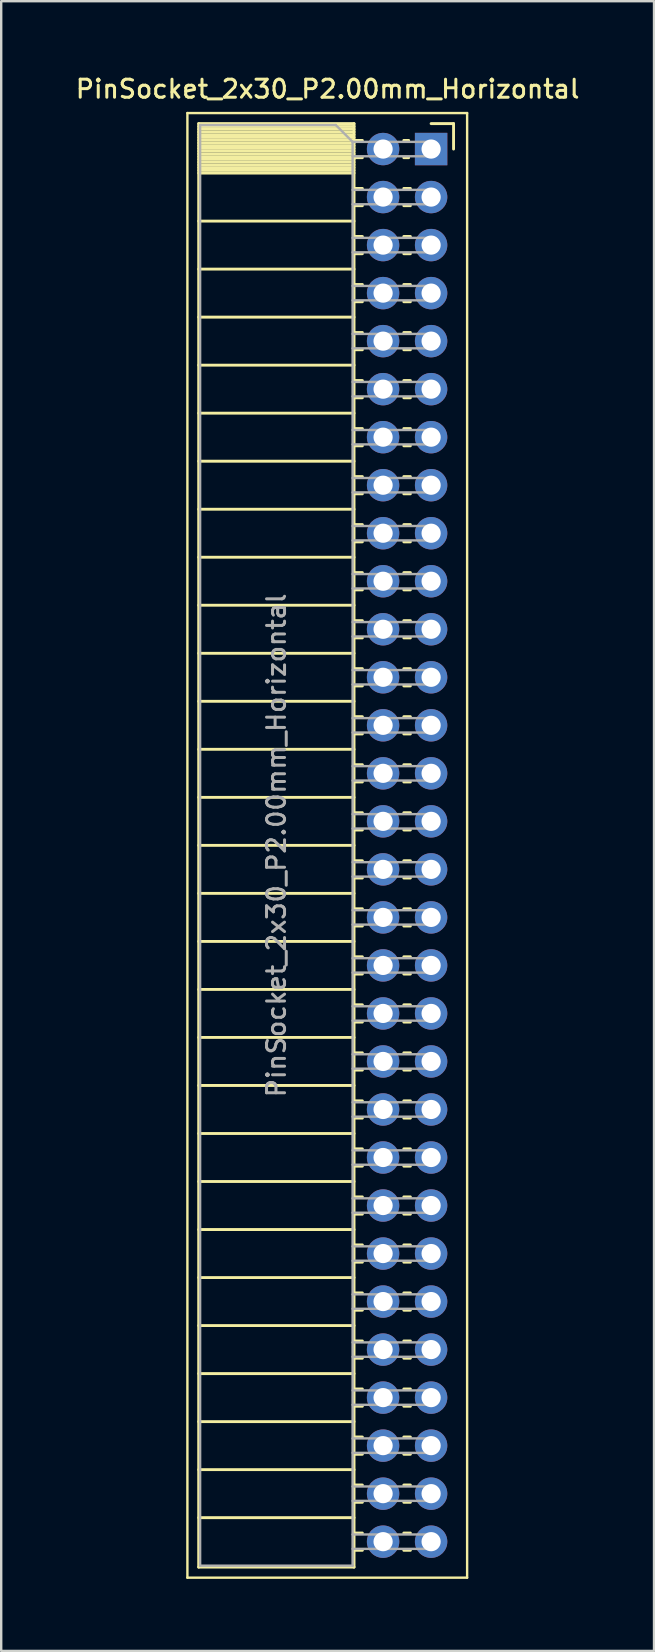
<source format=kicad_pcb>
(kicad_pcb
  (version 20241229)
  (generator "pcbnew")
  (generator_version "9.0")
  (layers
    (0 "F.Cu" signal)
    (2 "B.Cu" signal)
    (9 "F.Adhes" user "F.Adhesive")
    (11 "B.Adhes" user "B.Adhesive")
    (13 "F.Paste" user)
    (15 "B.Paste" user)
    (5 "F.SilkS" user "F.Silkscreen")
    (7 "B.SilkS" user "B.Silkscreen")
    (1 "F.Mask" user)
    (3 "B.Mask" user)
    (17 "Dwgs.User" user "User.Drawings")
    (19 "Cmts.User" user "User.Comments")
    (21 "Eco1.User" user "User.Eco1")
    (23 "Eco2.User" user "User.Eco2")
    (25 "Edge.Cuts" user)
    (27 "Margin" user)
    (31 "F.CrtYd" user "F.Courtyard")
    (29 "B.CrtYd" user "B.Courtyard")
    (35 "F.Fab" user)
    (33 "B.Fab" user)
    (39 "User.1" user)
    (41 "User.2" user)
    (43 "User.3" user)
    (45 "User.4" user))
  (footprint "PinSocket_2x30_P2.00mm_Horizontal"
    (layer "F.Cu")
    (at 14.905 3.158)
    (property "Reference" "PinSocket_2x30_P2.00mm_Horizontal" (at -4.31 -2.5 0) (layer "F.SilkS") (effects (font (size 0.75 0.75) (thickness 0.125))))
    (attr through_hole)
    (fp_line (start -10.15 -1.5) (end -10.15 59.5) (stroke (width 0.1) (type solid)) (layer "F.SilkS"))
    (fp_line (start -10.15 59.5) (end 1.5 59.5) (stroke (width 0.1) (type solid)) (layer "F.SilkS"))
    (fp_line (start -9.68 -1.06) (end -9.68 59.06) (stroke (width 0.12) (type solid)) (layer "F.SilkS"))
    (fp_line (start -9.68 -1.06) (end -3.21 -1.06) (stroke (width 0.12) (type solid)) (layer "F.SilkS"))
    (fp_line (start -9.68 -0.94) (end -3.21 -0.94) (stroke (width 0.12) (type solid)) (layer "F.SilkS"))
    (fp_line (start -9.68 -0.826) (end -3.21 -0.826) (stroke (width 0.12) (type solid)) (layer "F.SilkS"))
    (fp_line (start -9.68 -0.712) (end -3.21 -0.712) (stroke (width 0.12) (type solid)) (layer "F.SilkS"))
    (fp_line (start -9.68 -0.598) (end -3.21 -0.598) (stroke (width 0.12) (type solid)) (layer "F.SilkS"))
    (fp_line (start -9.68 -0.484) (end -3.21 -0.484) (stroke (width 0.12) (type solid)) (layer "F.SilkS"))
    (fp_line (start -9.68 -0.369) (end -3.21 -0.369) (stroke (width 0.12) (type solid)) (layer "F.SilkS"))
    (fp_line (start -9.68 -0.255) (end -3.21 -0.255) (stroke (width 0.12) (type solid)) (layer "F.SilkS"))
    (fp_line (start -9.68 -0.141) (end -3.21 -0.141) (stroke (width 0.12) (type solid)) (layer "F.SilkS"))
    (fp_line (start -9.68 -0.027) (end -3.21 -0.027) (stroke (width 0.12) (type solid)) (layer "F.SilkS"))
    (fp_line (start -9.68 0.087) (end -3.21 0.087) (stroke (width 0.12) (type solid)) (layer "F.SilkS"))
    (fp_line (start -9.68 0.201) (end -3.21 0.201) (stroke (width 0.12) (type solid)) (layer "F.SilkS"))
    (fp_line (start -9.68 0.315) (end -3.21 0.315) (stroke (width 0.12) (type solid)) (layer "F.SilkS"))
    (fp_line (start -9.68 0.429) (end -3.21 0.429) (stroke (width 0.12) (type solid)) (layer "F.SilkS"))
    (fp_line (start -9.68 0.544) (end -3.21 0.544) (stroke (width 0.12) (type solid)) (layer "F.SilkS"))
    (fp_line (start -9.68 0.658) (end -3.21 0.658) (stroke (width 0.12) (type solid)) (layer "F.SilkS"))
    (fp_line (start -9.68 0.772) (end -3.21 0.772) (stroke (width 0.12) (type solid)) (layer "F.SilkS"))
    (fp_line (start -9.68 0.886) (end -3.21 0.886) (stroke (width 0.12) (type solid)) (layer "F.SilkS"))
    (fp_line (start -9.68 1) (end -3.21 1) (stroke (width 0.12) (type solid)) (layer "F.SilkS"))
    (fp_line (start -9.68 3) (end -3.21 3) (stroke (width 0.12) (type solid)) (layer "F.SilkS"))
    (fp_line (start -9.68 5) (end -3.21 5) (stroke (width 0.12) (type solid)) (layer "F.SilkS"))
    (fp_line (start -9.68 7) (end -3.21 7) (stroke (width 0.12) (type solid)) (layer "F.SilkS"))
    (fp_line (start -9.68 9) (end -3.21 9) (stroke (width 0.12) (type solid)) (layer "F.SilkS"))
    (fp_line (start -9.68 11) (end -3.21 11) (stroke (width 0.12) (type solid)) (layer "F.SilkS"))
    (fp_line (start -9.68 13) (end -3.21 13) (stroke (width 0.12) (type solid)) (layer "F.SilkS"))
    (fp_line (start -9.68 15) (end -3.21 15) (stroke (width 0.12) (type solid)) (layer "F.SilkS"))
    (fp_line (start -9.68 17) (end -3.21 17) (stroke (width 0.12) (type solid)) (layer "F.SilkS"))
    (fp_line (start -9.68 19) (end -3.21 19) (stroke (width 0.12) (type solid)) (layer "F.SilkS"))
    (fp_line (start -9.68 21) (end -3.21 21) (stroke (width 0.12) (type solid)) (layer "F.SilkS"))
    (fp_line (start -9.68 23) (end -3.21 23) (stroke (width 0.12) (type solid)) (layer "F.SilkS"))
    (fp_line (start -9.68 25) (end -3.21 25) (stroke (width 0.12) (type solid)) (layer "F.SilkS"))
    (fp_line (start -9.68 27) (end -3.21 27) (stroke (width 0.12) (type solid)) (layer "F.SilkS"))
    (fp_line (start -9.68 29) (end -3.21 29) (stroke (width 0.12) (type solid)) (layer "F.SilkS"))
    (fp_line (start -9.68 31) (end -3.21 31) (stroke (width 0.12) (type solid)) (layer "F.SilkS"))
    (fp_line (start -9.68 33) (end -3.21 33) (stroke (width 0.12) (type solid)) (layer "F.SilkS"))
    (fp_line (start -9.68 35) (end -3.21 35) (stroke (width 0.12) (type solid)) (layer "F.SilkS"))
    (fp_line (start -9.68 37) (end -3.21 37) (stroke (width 0.12) (type solid)) (layer "F.SilkS"))
    (fp_line (start -9.68 39) (end -3.21 39) (stroke (width 0.12) (type solid)) (layer "F.SilkS"))
    (fp_line (start -9.68 41) (end -3.21 41) (stroke (width 0.12) (type solid)) (layer "F.SilkS"))
    (fp_line (start -9.68 43) (end -3.21 43) (stroke (width 0.12) (type solid)) (layer "F.SilkS"))
    (fp_line (start -9.68 45) (end -3.21 45) (stroke (width 0.12) (type solid)) (layer "F.SilkS"))
    (fp_line (start -9.68 47) (end -3.21 47) (stroke (width 0.12) (type solid)) (layer "F.SilkS"))
    (fp_line (start -9.68 49) (end -3.21 49) (stroke (width 0.12) (type solid)) (layer "F.SilkS"))
    (fp_line (start -9.68 51) (end -3.21 51) (stroke (width 0.12) (type solid)) (layer "F.SilkS"))
    (fp_line (start -9.68 53) (end -3.21 53) (stroke (width 0.12) (type solid)) (layer "F.SilkS"))
    (fp_line (start -9.68 55) (end -3.21 55) (stroke (width 0.12) (type solid)) (layer "F.SilkS"))
    (fp_line (start -9.68 57) (end -3.21 57) (stroke (width 0.12) (type solid)) (layer "F.SilkS"))
    (fp_line (start -9.68 59.06) (end -3.21 59.06) (stroke (width 0.12) (type solid)) (layer "F.SilkS"))
    (fp_line (start -3.21 -1.06) (end -3.21 59.06) (stroke (width 0.12) (type solid)) (layer "F.SilkS"))
    (fp_line (start -3.21 -0.36) (end -2.863 -0.36) (stroke (width 0.12) (type solid)) (layer "F.SilkS"))
    (fp_line (start -3.21 0.36) (end -2.863 0.36) (stroke (width 0.12) (type solid)) (layer "F.SilkS"))
    (fp_line (start -3.21 1.64) (end -2.863 1.64) (stroke (width 0.12) (type solid)) (layer "F.SilkS"))
    (fp_line (start -3.21 2.36) (end -2.863 2.36) (stroke (width 0.12) (type solid)) (layer "F.SilkS"))
    (fp_line (start -3.21 3.64) (end -2.863 3.64) (stroke (width 0.12) (type solid)) (layer "F.SilkS"))
    (fp_line (start -3.21 4.36) (end -2.863 4.36) (stroke (width 0.12) (type solid)) (layer "F.SilkS"))
    (fp_line (start -3.21 5.64) (end -2.863 5.64) (stroke (width 0.12) (type solid)) (layer "F.SilkS"))
    (fp_line (start -3.21 6.36) (end -2.863 6.36) (stroke (width 0.12) (type solid)) (layer "F.SilkS"))
    (fp_line (start -3.21 7.64) (end -2.863 7.64) (stroke (width 0.12) (type solid)) (layer "F.SilkS"))
    (fp_line (start -3.21 8.36) (end -2.863 8.36) (stroke (width 0.12) (type solid)) (layer "F.SilkS"))
    (fp_line (start -3.21 9.64) (end -2.863 9.64) (stroke (width 0.12) (type solid)) (layer "F.SilkS"))
    (fp_line (start -3.21 10.36) (end -2.863 10.36) (stroke (width 0.12) (type solid)) (layer "F.SilkS"))
    (fp_line (start -3.21 11.64) (end -2.863 11.64) (stroke (width 0.12) (type solid)) (layer "F.SilkS"))
    (fp_line (start -3.21 12.36) (end -2.863 12.36) (stroke (width 0.12) (type solid)) (layer "F.SilkS"))
    (fp_line (start -3.21 13.64) (end -2.863 13.64) (stroke (width 0.12) (type solid)) (layer "F.SilkS"))
    (fp_line (start -3.21 14.36) (end -2.863 14.36) (stroke (width 0.12) (type solid)) (layer "F.SilkS"))
    (fp_line (start -3.21 15.64) (end -2.863 15.64) (stroke (width 0.12) (type solid)) (layer "F.SilkS"))
    (fp_line (start -3.21 16.36) (end -2.863 16.36) (stroke (width 0.12) (type solid)) (layer "F.SilkS"))
    (fp_line (start -3.21 17.64) (end -2.863 17.64) (stroke (width 0.12) (type solid)) (layer "F.SilkS"))
    (fp_line (start -3.21 18.36) (end -2.863 18.36) (stroke (width 0.12) (type solid)) (layer "F.SilkS"))
    (fp_line (start -3.21 19.64) (end -2.863 19.64) (stroke (width 0.12) (type solid)) (layer "F.SilkS"))
    (fp_line (start -3.21 20.36) (end -2.863 20.36) (stroke (width 0.12) (type solid)) (layer "F.SilkS"))
    (fp_line (start -3.21 21.64) (end -2.863 21.64) (stroke (width 0.12) (type solid)) (layer "F.SilkS"))
    (fp_line (start -3.21 22.36) (end -2.863 22.36) (stroke (width 0.12) (type solid)) (layer "F.SilkS"))
    (fp_line (start -3.21 23.64) (end -2.863 23.64) (stroke (width 0.12) (type solid)) (layer "F.SilkS"))
    (fp_line (start -3.21 24.36) (end -2.863 24.36) (stroke (width 0.12) (type solid)) (layer "F.SilkS"))
    (fp_line (start -3.21 25.64) (end -2.863 25.64) (stroke (width 0.12) (type solid)) (layer "F.SilkS"))
    (fp_line (start -3.21 26.36) (end -2.863 26.36) (stroke (width 0.12) (type solid)) (layer "F.SilkS"))
    (fp_line (start -3.21 27.64) (end -2.863 27.64) (stroke (width 0.12) (type solid)) (layer "F.SilkS"))
    (fp_line (start -3.21 28.36) (end -2.863 28.36) (stroke (width 0.12) (type solid)) (layer "F.SilkS"))
    (fp_line (start -3.21 29.64) (end -2.863 29.64) (stroke (width 0.12) (type solid)) (layer "F.SilkS"))
    (fp_line (start -3.21 30.36) (end -2.863 30.36) (stroke (width 0.12) (type solid)) (layer "F.SilkS"))
    (fp_line (start -3.21 31.64) (end -2.863 31.64) (stroke (width 0.12) (type solid)) (layer "F.SilkS"))
    (fp_line (start -3.21 32.36) (end -2.863 32.36) (stroke (width 0.12) (type solid)) (layer "F.SilkS"))
    (fp_line (start -3.21 33.64) (end -2.863 33.64) (stroke (width 0.12) (type solid)) (layer "F.SilkS"))
    (fp_line (start -3.21 34.36) (end -2.863 34.36) (stroke (width 0.12) (type solid)) (layer "F.SilkS"))
    (fp_line (start -3.21 35.64) (end -2.863 35.64) (stroke (width 0.12) (type solid)) (layer "F.SilkS"))
    (fp_line (start -3.21 36.36) (end -2.863 36.36) (stroke (width 0.12) (type solid)) (layer "F.SilkS"))
    (fp_line (start -3.21 37.64) (end -2.863 37.64) (stroke (width 0.12) (type solid)) (layer "F.SilkS"))
    (fp_line (start -3.21 38.36) (end -2.863 38.36) (stroke (width 0.12) (type solid)) (layer "F.SilkS"))
    (fp_line (start -3.21 39.64) (end -2.863 39.64) (stroke (width 0.12) (type solid)) (layer "F.SilkS"))
    (fp_line (start -3.21 40.36) (end -2.863 40.36) (stroke (width 0.12) (type solid)) (layer "F.SilkS"))
    (fp_line (start -3.21 41.64) (end -2.863 41.64) (stroke (width 0.12) (type solid)) (layer "F.SilkS"))
    (fp_line (start -3.21 42.36) (end -2.863 42.36) (stroke (width 0.12) (type solid)) (layer "F.SilkS"))
    (fp_line (start -3.21 43.64) (end -2.863 43.64) (stroke (width 0.12) (type solid)) (layer "F.SilkS"))
    (fp_line (start -3.21 44.36) (end -2.863 44.36) (stroke (width 0.12) (type solid)) (layer "F.SilkS"))
    (fp_line (start -3.21 45.64) (end -2.863 45.64) (stroke (width 0.12) (type solid)) (layer "F.SilkS"))
    (fp_line (start -3.21 46.36) (end -2.863 46.36) (stroke (width 0.12) (type solid)) (layer "F.SilkS"))
    (fp_line (start -3.21 47.64) (end -2.863 47.64) (stroke (width 0.12) (type solid)) (layer "F.SilkS"))
    (fp_line (start -3.21 48.36) (end -2.863 48.36) (stroke (width 0.12) (type solid)) (layer "F.SilkS"))
    (fp_line (start -3.21 49.64) (end -2.863 49.64) (stroke (width 0.12) (type solid)) (layer "F.SilkS"))
    (fp_line (start -3.21 50.36) (end -2.863 50.36) (stroke (width 0.12) (type solid)) (layer "F.SilkS"))
    (fp_line (start -3.21 51.64) (end -2.863 51.64) (stroke (width 0.12) (type solid)) (layer "F.SilkS"))
    (fp_line (start -3.21 52.36) (end -2.863 52.36) (stroke (width 0.12) (type solid)) (layer "F.SilkS"))
    (fp_line (start -3.21 53.64) (end -2.863 53.64) (stroke (width 0.12) (type solid)) (layer "F.SilkS"))
    (fp_line (start -3.21 54.36) (end -2.863 54.36) (stroke (width 0.12) (type solid)) (layer "F.SilkS"))
    (fp_line (start -3.21 55.64) (end -2.863 55.64) (stroke (width 0.12) (type solid)) (layer "F.SilkS"))
    (fp_line (start -3.21 56.36) (end -2.863 56.36) (stroke (width 0.12) (type solid)) (layer "F.SilkS"))
    (fp_line (start -3.21 57.64) (end -2.863 57.64) (stroke (width 0.12) (type solid)) (layer "F.SilkS"))
    (fp_line (start -3.21 58.36) (end -2.863 58.36) (stroke (width 0.12) (type solid)) (layer "F.SilkS"))
    (fp_line (start -1.137 -0.36) (end -0.935 -0.36) (stroke (width 0.12) (type solid)) (layer "F.SilkS"))
    (fp_line (start -1.137 0.36) (end -0.935 0.36) (stroke (width 0.12) (type solid)) (layer "F.SilkS"))
    (fp_line (start -1.137 1.64) (end -0.863 1.64) (stroke (width 0.12) (type solid)) (layer "F.SilkS"))
    (fp_line (start -1.137 2.36) (end -0.863 2.36) (stroke (width 0.12) (type solid)) (layer "F.SilkS"))
    (fp_line (start -1.137 3.64) (end -0.863 3.64) (stroke (width 0.12) (type solid)) (layer "F.SilkS"))
    (fp_line (start -1.137 4.36) (end -0.863 4.36) (stroke (width 0.12) (type solid)) (layer "F.SilkS"))
    (fp_line (start -1.137 5.64) (end -0.863 5.64) (stroke (width 0.12) (type solid)) (layer "F.SilkS"))
    (fp_line (start -1.137 6.36) (end -0.863 6.36) (stroke (width 0.12) (type solid)) (layer "F.SilkS"))
    (fp_line (start -1.137 7.64) (end -0.863 7.64) (stroke (width 0.12) (type solid)) (layer "F.SilkS"))
    (fp_line (start -1.137 8.36) (end -0.863 8.36) (stroke (width 0.12) (type solid)) (layer "F.SilkS"))
    (fp_line (start -1.137 9.64) (end -0.863 9.64) (stroke (width 0.12) (type solid)) (layer "F.SilkS"))
    (fp_line (start -1.137 10.36) (end -0.863 10.36) (stroke (width 0.12) (type solid)) (layer "F.SilkS"))
    (fp_line (start -1.137 11.64) (end -0.863 11.64) (stroke (width 0.12) (type solid)) (layer "F.SilkS"))
    (fp_line (start -1.137 12.36) (end -0.863 12.36) (stroke (width 0.12) (type solid)) (layer "F.SilkS"))
    (fp_line (start -1.137 13.64) (end -0.863 13.64) (stroke (width 0.12) (type solid)) (layer "F.SilkS"))
    (fp_line (start -1.137 14.36) (end -0.863 14.36) (stroke (width 0.12) (type solid)) (layer "F.SilkS"))
    (fp_line (start -1.137 15.64) (end -0.863 15.64) (stroke (width 0.12) (type solid)) (layer "F.SilkS"))
    (fp_line (start -1.137 16.36) (end -0.863 16.36) (stroke (width 0.12) (type solid)) (layer "F.SilkS"))
    (fp_line (start -1.137 17.64) (end -0.863 17.64) (stroke (width 0.12) (type solid)) (layer "F.SilkS"))
    (fp_line (start -1.137 18.36) (end -0.863 18.36) (stroke (width 0.12) (type solid)) (layer "F.SilkS"))
    (fp_line (start -1.137 19.64) (end -0.863 19.64) (stroke (width 0.12) (type solid)) (layer "F.SilkS"))
    (fp_line (start -1.137 20.36) (end -0.863 20.36) (stroke (width 0.12) (type solid)) (layer "F.SilkS"))
    (fp_line (start -1.137 21.64) (end -0.863 21.64) (stroke (width 0.12) (type solid)) (layer "F.SilkS"))
    (fp_line (start -1.137 22.36) (end -0.863 22.36) (stroke (width 0.12) (type solid)) (layer "F.SilkS"))
    (fp_line (start -1.137 23.64) (end -0.863 23.64) (stroke (width 0.12) (type solid)) (layer "F.SilkS"))
    (fp_line (start -1.137 24.36) (end -0.863 24.36) (stroke (width 0.12) (type solid)) (layer "F.SilkS"))
    (fp_line (start -1.137 25.64) (end -0.863 25.64) (stroke (width 0.12) (type solid)) (layer "F.SilkS"))
    (fp_line (start -1.137 26.36) (end -0.863 26.36) (stroke (width 0.12) (type solid)) (layer "F.SilkS"))
    (fp_line (start -1.137 27.64) (end -0.863 27.64) (stroke (width 0.12) (type solid)) (layer "F.SilkS"))
    (fp_line (start -1.137 28.36) (end -0.863 28.36) (stroke (width 0.12) (type solid)) (layer "F.SilkS"))
    (fp_line (start -1.137 29.64) (end -0.863 29.64) (stroke (width 0.12) (type solid)) (layer "F.SilkS"))
    (fp_line (start -1.137 30.36) (end -0.863 30.36) (stroke (width 0.12) (type solid)) (layer "F.SilkS"))
    (fp_line (start -1.137 31.64) (end -0.863 31.64) (stroke (width 0.12) (type solid)) (layer "F.SilkS"))
    (fp_line (start -1.137 32.36) (end -0.863 32.36) (stroke (width 0.12) (type solid)) (layer "F.SilkS"))
    (fp_line (start -1.137 33.64) (end -0.863 33.64) (stroke (width 0.12) (type solid)) (layer "F.SilkS"))
    (fp_line (start -1.137 34.36) (end -0.863 34.36) (stroke (width 0.12) (type solid)) (layer "F.SilkS"))
    (fp_line (start -1.137 35.64) (end -0.863 35.64) (stroke (width 0.12) (type solid)) (layer "F.SilkS"))
    (fp_line (start -1.137 36.36) (end -0.863 36.36) (stroke (width 0.12) (type solid)) (layer "F.SilkS"))
    (fp_line (start -1.137 37.64) (end -0.863 37.64) (stroke (width 0.12) (type solid)) (layer "F.SilkS"))
    (fp_line (start -1.137 38.36) (end -0.863 38.36) (stroke (width 0.12) (type solid)) (layer "F.SilkS"))
    (fp_line (start -1.137 39.64) (end -0.863 39.64) (stroke (width 0.12) (type solid)) (layer "F.SilkS"))
    (fp_line (start -1.137 40.36) (end -0.863 40.36) (stroke (width 0.12) (type solid)) (layer "F.SilkS"))
    (fp_line (start -1.137 41.64) (end -0.863 41.64) (stroke (width 0.12) (type solid)) (layer "F.SilkS"))
    (fp_line (start -1.137 42.36) (end -0.863 42.36) (stroke (width 0.12) (type solid)) (layer "F.SilkS"))
    (fp_line (start -1.137 43.64) (end -0.863 43.64) (stroke (width 0.12) (type solid)) (layer "F.SilkS"))
    (fp_line (start -1.137 44.36) (end -0.863 44.36) (stroke (width 0.12) (type solid)) (layer "F.SilkS"))
    (fp_line (start -1.137 45.64) (end -0.863 45.64) (stroke (width 0.12) (type solid)) (layer "F.SilkS"))
    (fp_line (start -1.137 46.36) (end -0.863 46.36) (stroke (width 0.12) (type solid)) (layer "F.SilkS"))
    (fp_line (start -1.137 47.64) (end -0.863 47.64) (stroke (width 0.12) (type solid)) (layer "F.SilkS"))
    (fp_line (start -1.137 48.36) (end -0.863 48.36) (stroke (width 0.12) (type solid)) (layer "F.SilkS"))
    (fp_line (start -1.137 49.64) (end -0.863 49.64) (stroke (width 0.12) (type solid)) (layer "F.SilkS"))
    (fp_line (start -1.137 50.36) (end -0.863 50.36) (stroke (width 0.12) (type solid)) (layer "F.SilkS"))
    (fp_line (start -1.137 51.64) (end -0.863 51.64) (stroke (width 0.12) (type solid)) (layer "F.SilkS"))
    (fp_line (start -1.137 52.36) (end -0.863 52.36) (stroke (width 0.12) (type solid)) (layer "F.SilkS"))
    (fp_line (start -1.137 53.64) (end -0.863 53.64) (stroke (width 0.12) (type solid)) (layer "F.SilkS"))
    (fp_line (start -1.137 54.36) (end -0.863 54.36) (stroke (width 0.12) (type solid)) (layer "F.SilkS"))
    (fp_line (start -1.137 55.64) (end -0.863 55.64) (stroke (width 0.12) (type solid)) (layer "F.SilkS"))
    (fp_line (start -1.137 56.36) (end -0.863 56.36) (stroke (width 0.12) (type solid)) (layer "F.SilkS"))
    (fp_line (start -1.137 57.64) (end -0.863 57.64) (stroke (width 0.12) (type solid)) (layer "F.SilkS"))
    (fp_line (start -1.137 58.36) (end -0.863 58.36) (stroke (width 0.12) (type solid)) (layer "F.SilkS"))
    (fp_line (start 0 -1.06) (end 0.935 -1.06) (stroke (width 0.12) (type solid)) (layer "F.SilkS"))
    (fp_line (start 0.935 -1.06) (end 0.935 0) (stroke (width 0.12) (type solid)) (layer "F.SilkS"))
    (fp_line (start 1.5 -1.5) (end -10.15 -1.5) (stroke (width 0.1) (type solid)) (layer "F.SilkS"))
    (fp_line (start 1.5 59.5) (end 1.5 -1.5) (stroke (width 0.1) (type solid)) (layer "F.SilkS"))
    (fp_line (start -9.62 -1) (end -3.97 -1) (stroke (width 0.1) (type solid)) (layer "F.Fab"))
    (fp_line (start -9.62 59) (end -9.62 -1) (stroke (width 0.1) (type solid)) (layer "F.Fab"))
    (fp_line (start -3.97 -1) (end -3.27 -0.3) (stroke (width 0.1) (type solid)) (layer "F.Fab"))
    (fp_line (start -3.27 -0.3) (end -3.27 59) (stroke (width 0.1) (type solid)) (layer "F.Fab"))
    (fp_line (start -3.27 0.3) (end 0 0.3) (stroke (width 0.1) (type solid)) (layer "F.Fab"))
    (fp_line (start -3.27 2.3) (end 0 2.3) (stroke (width 0.1) (type solid)) (layer "F.Fab"))
    (fp_line (start -3.27 4.3) (end 0 4.3) (stroke (width 0.1) (type solid)) (layer "F.Fab"))
    (fp_line (start -3.27 6.3) (end 0 6.3) (stroke (width 0.1) (type solid)) (layer "F.Fab"))
    (fp_line (start -3.27 8.3) (end 0 8.3) (stroke (width 0.1) (type solid)) (layer "F.Fab"))
    (fp_line (start -3.27 10.3) (end 0 10.3) (stroke (width 0.1) (type solid)) (layer "F.Fab"))
    (fp_line (start -3.27 12.3) (end 0 12.3) (stroke (width 0.1) (type solid)) (layer "F.Fab"))
    (fp_line (start -3.27 14.3) (end 0 14.3) (stroke (width 0.1) (type solid)) (layer "F.Fab"))
    (fp_line (start -3.27 16.3) (end 0 16.3) (stroke (width 0.1) (type solid)) (layer "F.Fab"))
    (fp_line (start -3.27 18.3) (end 0 18.3) (stroke (width 0.1) (type solid)) (layer "F.Fab"))
    (fp_line (start -3.27 20.3) (end 0 20.3) (stroke (width 0.1) (type solid)) (layer "F.Fab"))
    (fp_line (start -3.27 22.3) (end 0 22.3) (stroke (width 0.1) (type solid)) (layer "F.Fab"))
    (fp_line (start -3.27 24.3) (end 0 24.3) (stroke (width 0.1) (type solid)) (layer "F.Fab"))
    (fp_line (start -3.27 26.3) (end 0 26.3) (stroke (width 0.1) (type solid)) (layer "F.Fab"))
    (fp_line (start -3.27 28.3) (end 0 28.3) (stroke (width 0.1) (type solid)) (layer "F.Fab"))
    (fp_line (start -3.27 30.3) (end 0 30.3) (stroke (width 0.1) (type solid)) (layer "F.Fab"))
    (fp_line (start -3.27 32.3) (end 0 32.3) (stroke (width 0.1) (type solid)) (layer "F.Fab"))
    (fp_line (start -3.27 34.3) (end 0 34.3) (stroke (width 0.1) (type solid)) (layer "F.Fab"))
    (fp_line (start -3.27 36.3) (end 0 36.3) (stroke (width 0.1) (type solid)) (layer "F.Fab"))
    (fp_line (start -3.27 38.3) (end 0 38.3) (stroke (width 0.1) (type solid)) (layer "F.Fab"))
    (fp_line (start -3.27 40.3) (end 0 40.3) (stroke (width 0.1) (type solid)) (layer "F.Fab"))
    (fp_line (start -3.27 42.3) (end 0 42.3) (stroke (width 0.1) (type solid)) (layer "F.Fab"))
    (fp_line (start -3.27 44.3) (end 0 44.3) (stroke (width 0.1) (type solid)) (layer "F.Fab"))
    (fp_line (start -3.27 46.3) (end 0 46.3) (stroke (width 0.1) (type solid)) (layer "F.Fab"))
    (fp_line (start -3.27 48.3) (end 0 48.3) (stroke (width 0.1) (type solid)) (layer "F.Fab"))
    (fp_line (start -3.27 50.3) (end 0 50.3) (stroke (width 0.1) (type solid)) (layer "F.Fab"))
    (fp_line (start -3.27 52.3) (end 0 52.3) (stroke (width 0.1) (type solid)) (layer "F.Fab"))
    (fp_line (start -3.27 54.3) (end 0 54.3) (stroke (width 0.1) (type solid)) (layer "F.Fab"))
    (fp_line (start -3.27 56.3) (end 0 56.3) (stroke (width 0.1) (type solid)) (layer "F.Fab"))
    (fp_line (start -3.27 58.3) (end 0 58.3) (stroke (width 0.1) (type solid)) (layer "F.Fab"))
    (fp_line (start -3.27 59) (end -9.62 59) (stroke (width 0.1) (type solid)) (layer "F.Fab"))
    (fp_line (start 0 -0.3) (end -3.27 -0.3) (stroke (width 0.1) (type solid)) (layer "F.Fab"))
    (fp_line (start 0 0.3) (end 0 -0.3) (stroke (width 0.1) (type solid)) (layer "F.Fab"))
    (fp_line (start 0 1.7) (end -3.27 1.7) (stroke (width 0.1) (type solid)) (layer "F.Fab"))
    (fp_line (start 0 2.3) (end 0 1.7) (stroke (width 0.1) (type solid)) (layer "F.Fab"))
    (fp_line (start 0 3.7) (end -3.27 3.7) (stroke (width 0.1) (type solid)) (layer "F.Fab"))
    (fp_line (start 0 4.3) (end 0 3.7) (stroke (width 0.1) (type solid)) (layer "F.Fab"))
    (fp_line (start 0 5.7) (end -3.27 5.7) (stroke (width 0.1) (type solid)) (layer "F.Fab"))
    (fp_line (start 0 6.3) (end 0 5.7) (stroke (width 0.1) (type solid)) (layer "F.Fab"))
    (fp_line (start 0 7.7) (end -3.27 7.7) (stroke (width 0.1) (type solid)) (layer "F.Fab"))
    (fp_line (start 0 8.3) (end 0 7.7) (stroke (width 0.1) (type solid)) (layer "F.Fab"))
    (fp_line (start 0 9.7) (end -3.27 9.7) (stroke (width 0.1) (type solid)) (layer "F.Fab"))
    (fp_line (start 0 10.3) (end 0 9.7) (stroke (width 0.1) (type solid)) (layer "F.Fab"))
    (fp_line (start 0 11.7) (end -3.27 11.7) (stroke (width 0.1) (type solid)) (layer "F.Fab"))
    (fp_line (start 0 12.3) (end 0 11.7) (stroke (width 0.1) (type solid)) (layer "F.Fab"))
    (fp_line (start 0 13.7) (end -3.27 13.7) (stroke (width 0.1) (type solid)) (layer "F.Fab"))
    (fp_line (start 0 14.3) (end 0 13.7) (stroke (width 0.1) (type solid)) (layer "F.Fab"))
    (fp_line (start 0 15.7) (end -3.27 15.7) (stroke (width 0.1) (type solid)) (layer "F.Fab"))
    (fp_line (start 0 16.3) (end 0 15.7) (stroke (width 0.1) (type solid)) (layer "F.Fab"))
    (fp_line (start 0 17.7) (end -3.27 17.7) (stroke (width 0.1) (type solid)) (layer "F.Fab"))
    (fp_line (start 0 18.3) (end 0 17.7) (stroke (width 0.1) (type solid)) (layer "F.Fab"))
    (fp_line (start 0 19.7) (end -3.27 19.7) (stroke (width 0.1) (type solid)) (layer "F.Fab"))
    (fp_line (start 0 20.3) (end 0 19.7) (stroke (width 0.1) (type solid)) (layer "F.Fab"))
    (fp_line (start 0 21.7) (end -3.27 21.7) (stroke (width 0.1) (type solid)) (layer "F.Fab"))
    (fp_line (start 0 22.3) (end 0 21.7) (stroke (width 0.1) (type solid)) (layer "F.Fab"))
    (fp_line (start 0 23.7) (end -3.27 23.7) (stroke (width 0.1) (type solid)) (layer "F.Fab"))
    (fp_line (start 0 24.3) (end 0 23.7) (stroke (width 0.1) (type solid)) (layer "F.Fab"))
    (fp_line (start 0 25.7) (end -3.27 25.7) (stroke (width 0.1) (type solid)) (layer "F.Fab"))
    (fp_line (start 0 26.3) (end 0 25.7) (stroke (width 0.1) (type solid)) (layer "F.Fab"))
    (fp_line (start 0 27.7) (end -3.27 27.7) (stroke (width 0.1) (type solid)) (layer "F.Fab"))
    (fp_line (start 0 28.3) (end 0 27.7) (stroke (width 0.1) (type solid)) (layer "F.Fab"))
    (fp_line (start 0 29.7) (end -3.27 29.7) (stroke (width 0.1) (type solid)) (layer "F.Fab"))
    (fp_line (start 0 30.3) (end 0 29.7) (stroke (width 0.1) (type solid)) (layer "F.Fab"))
    (fp_line (start 0 31.7) (end -3.27 31.7) (stroke (width 0.1) (type solid)) (layer "F.Fab"))
    (fp_line (start 0 32.3) (end 0 31.7) (stroke (width 0.1) (type solid)) (layer "F.Fab"))
    (fp_line (start 0 33.7) (end -3.27 33.7) (stroke (width 0.1) (type solid)) (layer "F.Fab"))
    (fp_line (start 0 34.3) (end 0 33.7) (stroke (width 0.1) (type solid)) (layer "F.Fab"))
    (fp_line (start 0 35.7) (end -3.27 35.7) (stroke (width 0.1) (type solid)) (layer "F.Fab"))
    (fp_line (start 0 36.3) (end 0 35.7) (stroke (width 0.1) (type solid)) (layer "F.Fab"))
    (fp_line (start 0 37.7) (end -3.27 37.7) (stroke (width 0.1) (type solid)) (layer "F.Fab"))
    (fp_line (start 0 38.3) (end 0 37.7) (stroke (width 0.1) (type solid)) (layer "F.Fab"))
    (fp_line (start 0 39.7) (end -3.27 39.7) (stroke (width 0.1) (type solid)) (layer "F.Fab"))
    (fp_line (start 0 40.3) (end 0 39.7) (stroke (width 0.1) (type solid)) (layer "F.Fab"))
    (fp_line (start 0 41.7) (end -3.27 41.7) (stroke (width 0.1) (type solid)) (layer "F.Fab"))
    (fp_line (start 0 42.3) (end 0 41.7) (stroke (width 0.1) (type solid)) (layer "F.Fab"))
    (fp_line (start 0 43.7) (end -3.27 43.7) (stroke (width 0.1) (type solid)) (layer "F.Fab"))
    (fp_line (start 0 44.3) (end 0 43.7) (stroke (width 0.1) (type solid)) (layer "F.Fab"))
    (fp_line (start 0 45.7) (end -3.27 45.7) (stroke (width 0.1) (type solid)) (layer "F.Fab"))
    (fp_line (start 0 46.3) (end 0 45.7) (stroke (width 0.1) (type solid)) (layer "F.Fab"))
    (fp_line (start 0 47.7) (end -3.27 47.7) (stroke (width 0.1) (type solid)) (layer "F.Fab"))
    (fp_line (start 0 48.3) (end 0 47.7) (stroke (width 0.1) (type solid)) (layer "F.Fab"))
    (fp_line (start 0 49.7) (end -3.27 49.7) (stroke (width 0.1) (type solid)) (layer "F.Fab"))
    (fp_line (start 0 50.3) (end 0 49.7) (stroke (width 0.1) (type solid)) (layer "F.Fab"))
    (fp_line (start 0 51.7) (end -3.27 51.7) (stroke (width 0.1) (type solid)) (layer "F.Fab"))
    (fp_line (start 0 52.3) (end 0 51.7) (stroke (width 0.1) (type solid)) (layer "F.Fab"))
    (fp_line (start 0 53.7) (end -3.27 53.7) (stroke (width 0.1) (type solid)) (layer "F.Fab"))
    (fp_line (start 0 54.3) (end 0 53.7) (stroke (width 0.1) (type solid)) (layer "F.Fab"))
    (fp_line (start 0 55.7) (end -3.27 55.7) (stroke (width 0.1) (type solid)) (layer "F.Fab"))
    (fp_line (start 0 56.3) (end 0 55.7) (stroke (width 0.1) (type solid)) (layer "F.Fab"))
    (fp_line (start 0 57.7) (end -3.27 57.7) (stroke (width 0.1) (type solid)) (layer "F.Fab"))
    (fp_line (start 0 58.3) (end 0 57.7) (stroke (width 0.1) (type solid)) (layer "F.Fab"))
    (fp_text user "${REFERENCE}" (at -6.445 29 90) (layer "F.Fab") (effects (font (size 0.75 0.75) (thickness 0.125))))
    (pad "1" thru_hole rect (at 0 0) (size 1.35 1.35) (drill 0.8) (layers "*.Cu" "*.Mask"))
    (pad "2" thru_hole oval (at -2 0) (size 1.35 1.35) (drill 0.8) (layers "*.Cu" "*.Mask"))
    (pad "3" thru_hole oval (at 0 2) (size 1.35 1.35) (drill 0.8) (layers "*.Cu" "*.Mask"))
    (pad "4" thru_hole oval (at -2 2) (size 1.35 1.35) (drill 0.8) (layers "*.Cu" "*.Mask"))
    (pad "5" thru_hole oval (at 0 4) (size 1.35 1.35) (drill 0.8) (layers "*.Cu" "*.Mask"))
    (pad "6" thru_hole oval (at -2 4) (size 1.35 1.35) (drill 0.8) (layers "*.Cu" "*.Mask"))
    (pad "7" thru_hole oval (at 0 6) (size 1.35 1.35) (drill 0.8) (layers "*.Cu" "*.Mask"))
    (pad "8" thru_hole oval (at -2 6) (size 1.35 1.35) (drill 0.8) (layers "*.Cu" "*.Mask"))
    (pad "9" thru_hole oval (at 0 8) (size 1.35 1.35) (drill 0.8) (layers "*.Cu" "*.Mask"))
    (pad "10" thru_hole oval (at -2 8) (size 1.35 1.35) (drill 0.8) (layers "*.Cu" "*.Mask"))
    (pad "11" thru_hole oval (at 0 10) (size 1.35 1.35) (drill 0.8) (layers "*.Cu" "*.Mask"))
    (pad "12" thru_hole oval (at -2 10) (size 1.35 1.35) (drill 0.8) (layers "*.Cu" "*.Mask"))
    (pad "13" thru_hole oval (at 0 12) (size 1.35 1.35) (drill 0.8) (layers "*.Cu" "*.Mask"))
    (pad "14" thru_hole oval (at -2 12) (size 1.35 1.35) (drill 0.8) (layers "*.Cu" "*.Mask"))
    (pad "15" thru_hole oval (at 0 14) (size 1.35 1.35) (drill 0.8) (layers "*.Cu" "*.Mask"))
    (pad "16" thru_hole oval (at -2 14) (size 1.35 1.35) (drill 0.8) (layers "*.Cu" "*.Mask"))
    (pad "17" thru_hole oval (at 0 16) (size 1.35 1.35) (drill 0.8) (layers "*.Cu" "*.Mask"))
    (pad "18" thru_hole oval (at -2 16) (size 1.35 1.35) (drill 0.8) (layers "*.Cu" "*.Mask"))
    (pad "19" thru_hole oval (at 0 18) (size 1.35 1.35) (drill 0.8) (layers "*.Cu" "*.Mask"))
    (pad "20" thru_hole oval (at -2 18) (size 1.35 1.35) (drill 0.8) (layers "*.Cu" "*.Mask"))
    (pad "21" thru_hole oval (at 0 20) (size 1.35 1.35) (drill 0.8) (layers "*.Cu" "*.Mask"))
    (pad "22" thru_hole oval (at -2 20) (size 1.35 1.35) (drill 0.8) (layers "*.Cu" "*.Mask"))
    (pad "23" thru_hole oval (at 0 22) (size 1.35 1.35) (drill 0.8) (layers "*.Cu" "*.Mask"))
    (pad "24" thru_hole oval (at -2 22) (size 1.35 1.35) (drill 0.8) (layers "*.Cu" "*.Mask"))
    (pad "25" thru_hole oval (at 0 24) (size 1.35 1.35) (drill 0.8) (layers "*.Cu" "*.Mask"))
    (pad "26" thru_hole oval (at -2 24) (size 1.35 1.35) (drill 0.8) (layers "*.Cu" "*.Mask"))
    (pad "27" thru_hole oval (at 0 26) (size 1.35 1.35) (drill 0.8) (layers "*.Cu" "*.Mask"))
    (pad "28" thru_hole oval (at -2 26) (size 1.35 1.35) (drill 0.8) (layers "*.Cu" "*.Mask"))
    (pad "29" thru_hole oval (at 0 28) (size 1.35 1.35) (drill 0.8) (layers "*.Cu" "*.Mask"))
    (pad "30" thru_hole oval (at -2 28) (size 1.35 1.35) (drill 0.8) (layers "*.Cu" "*.Mask"))
    (pad "31" thru_hole oval (at 0 30) (size 1.35 1.35) (drill 0.8) (layers "*.Cu" "*.Mask"))
    (pad "32" thru_hole oval (at -2 30) (size 1.35 1.35) (drill 0.8) (layers "*.Cu" "*.Mask"))
    (pad "33" thru_hole oval (at 0 32) (size 1.35 1.35) (drill 0.8) (layers "*.Cu" "*.Mask"))
    (pad "34" thru_hole oval (at -2 32) (size 1.35 1.35) (drill 0.8) (layers "*.Cu" "*.Mask"))
    (pad "35" thru_hole oval (at 0 34) (size 1.35 1.35) (drill 0.8) (layers "*.Cu" "*.Mask"))
    (pad "36" thru_hole oval (at -2 34) (size 1.35 1.35) (drill 0.8) (layers "*.Cu" "*.Mask"))
    (pad "37" thru_hole oval (at 0 36) (size 1.35 1.35) (drill 0.8) (layers "*.Cu" "*.Mask"))
    (pad "38" thru_hole oval (at -2 36) (size 1.35 1.35) (drill 0.8) (layers "*.Cu" "*.Mask"))
    (pad "39" thru_hole oval (at 0 38) (size 1.35 1.35) (drill 0.8) (layers "*.Cu" "*.Mask"))
    (pad "40" thru_hole oval (at -2 38) (size 1.35 1.35) (drill 0.8) (layers "*.Cu" "*.Mask"))
    (pad "41" thru_hole oval (at 0 40) (size 1.35 1.35) (drill 0.8) (layers "*.Cu" "*.Mask"))
    (pad "42" thru_hole oval (at -2 40) (size 1.35 1.35) (drill 0.8) (layers "*.Cu" "*.Mask"))
    (pad "43" thru_hole oval (at 0 42) (size 1.35 1.35) (drill 0.8) (layers "*.Cu" "*.Mask"))
    (pad "44" thru_hole oval (at -2 42) (size 1.35 1.35) (drill 0.8) (layers "*.Cu" "*.Mask"))
    (pad "45" thru_hole oval (at 0 44) (size 1.35 1.35) (drill 0.8) (layers "*.Cu" "*.Mask"))
    (pad "46" thru_hole oval (at -2 44) (size 1.35 1.35) (drill 0.8) (layers "*.Cu" "*.Mask"))
    (pad "47" thru_hole oval (at 0 46) (size 1.35 1.35) (drill 0.8) (layers "*.Cu" "*.Mask"))
    (pad "48" thru_hole oval (at -2 46) (size 1.35 1.35) (drill 0.8) (layers "*.Cu" "*.Mask"))
    (pad "49" thru_hole oval (at 0 48) (size 1.35 1.35) (drill 0.8) (layers "*.Cu" "*.Mask"))
    (pad "50" thru_hole oval (at -2 48) (size 1.35 1.35) (drill 0.8) (layers "*.Cu" "*.Mask"))
    (pad "51" thru_hole oval (at 0 50) (size 1.35 1.35) (drill 0.8) (layers "*.Cu" "*.Mask"))
    (pad "52" thru_hole oval (at -2 50) (size 1.35 1.35) (drill 0.8) (layers "*.Cu" "*.Mask"))
    (pad "53" thru_hole oval (at 0 52) (size 1.35 1.35) (drill 0.8) (layers "*.Cu" "*.Mask"))
    (pad "54" thru_hole oval (at -2 52) (size 1.35 1.35) (drill 0.8) (layers "*.Cu" "*.Mask"))
    (pad "55" thru_hole oval (at 0 54) (size 1.35 1.35) (drill 0.8) (layers "*.Cu" "*.Mask"))
    (pad "56" thru_hole oval (at -2 54) (size 1.35 1.35) (drill 0.8) (layers "*.Cu" "*.Mask"))
    (pad "57" thru_hole oval (at 0 56) (size 1.35 1.35) (drill 0.8) (layers "*.Cu" "*.Mask"))
    (pad "58" thru_hole oval (at -2 56) (size 1.35 1.35) (drill 0.8) (layers "*.Cu" "*.Mask"))
    (pad "59" thru_hole oval (at 0 58) (size 1.35 1.35) (drill 0.8) (layers "*.Cu" "*.Mask"))
    (pad "60" thru_hole oval (at -2 58) (size 1.35 1.35) (drill 0.8) (layers "*.Cu" "*.Mask")))
  (gr_rect
    (start -3 -3)
    (end 24.189 65.708)
    (stroke (width 0.1) (type default))
    (fill no)
    (layer "Edge.Cuts")))
</source>
